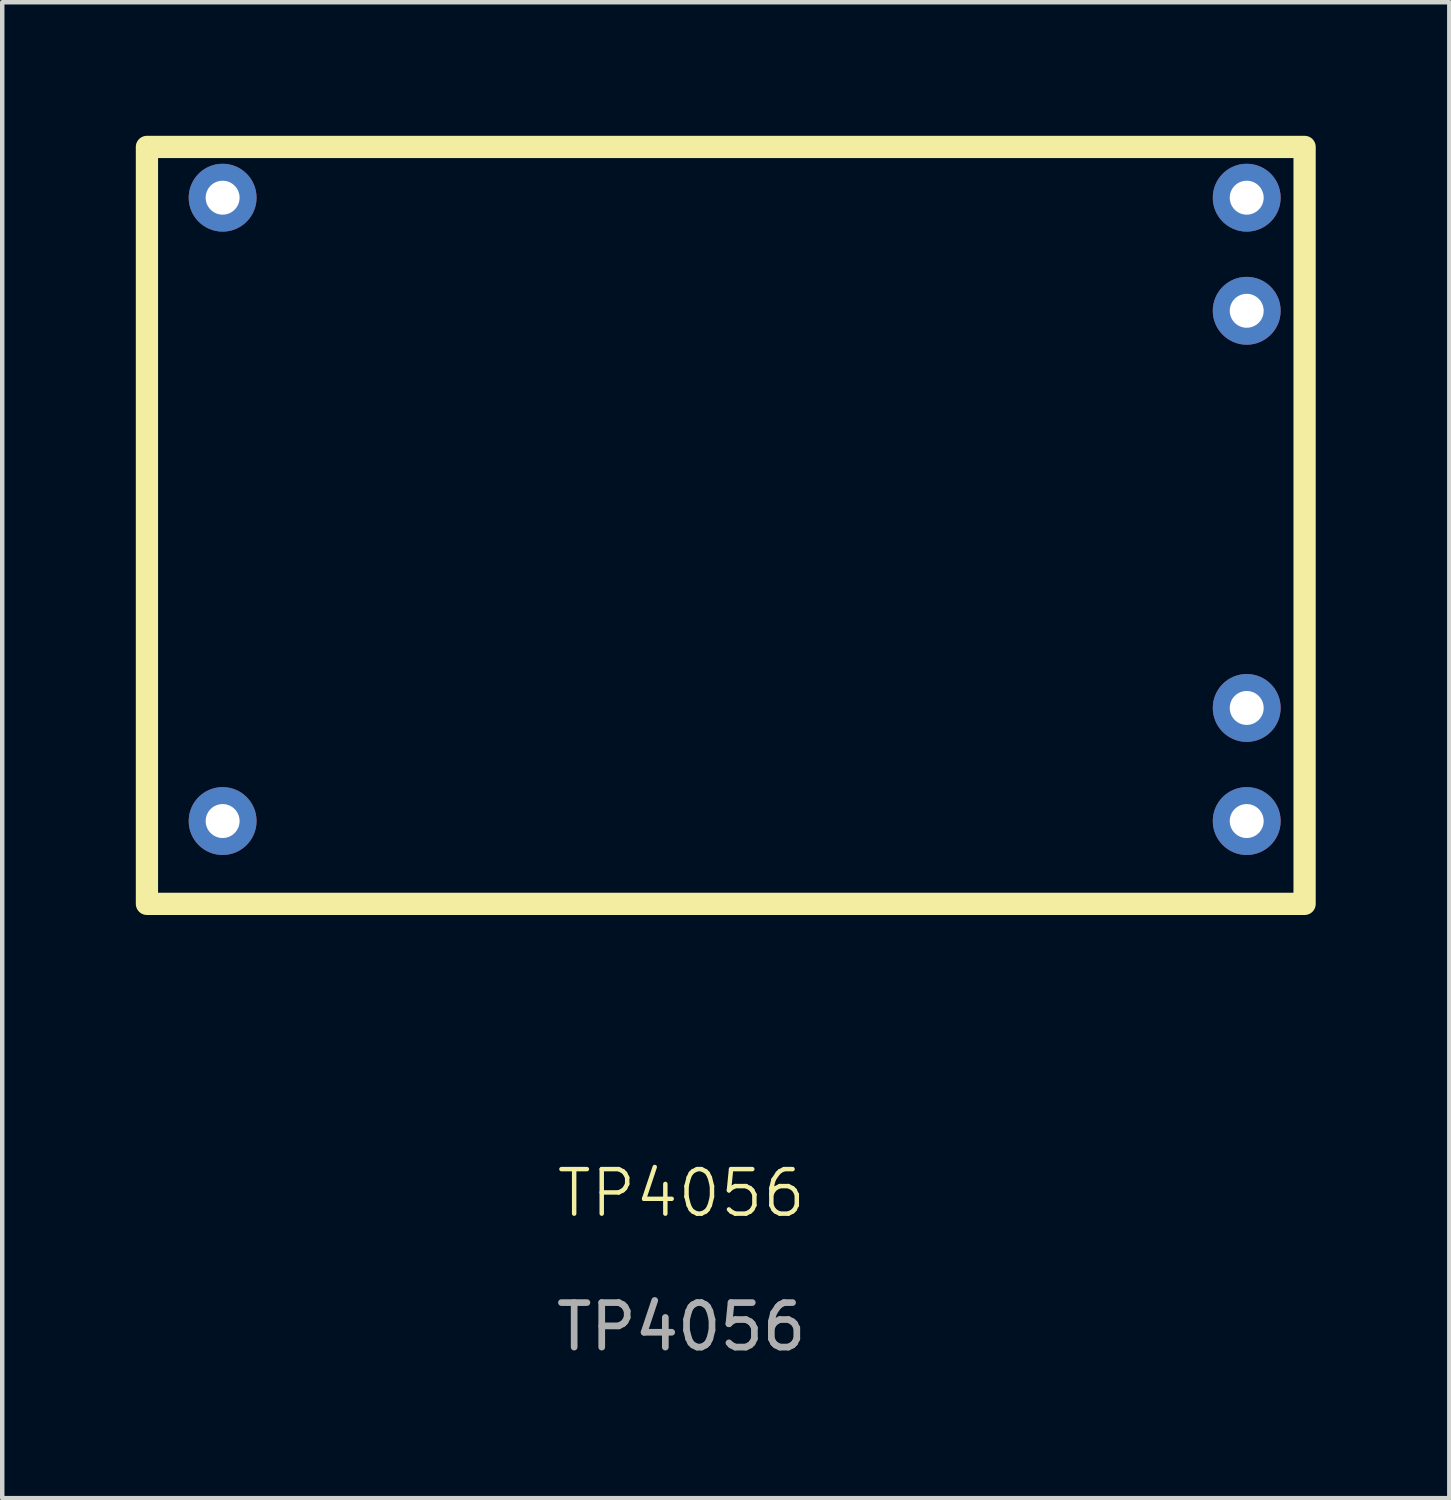
<source format=kicad_pcb>
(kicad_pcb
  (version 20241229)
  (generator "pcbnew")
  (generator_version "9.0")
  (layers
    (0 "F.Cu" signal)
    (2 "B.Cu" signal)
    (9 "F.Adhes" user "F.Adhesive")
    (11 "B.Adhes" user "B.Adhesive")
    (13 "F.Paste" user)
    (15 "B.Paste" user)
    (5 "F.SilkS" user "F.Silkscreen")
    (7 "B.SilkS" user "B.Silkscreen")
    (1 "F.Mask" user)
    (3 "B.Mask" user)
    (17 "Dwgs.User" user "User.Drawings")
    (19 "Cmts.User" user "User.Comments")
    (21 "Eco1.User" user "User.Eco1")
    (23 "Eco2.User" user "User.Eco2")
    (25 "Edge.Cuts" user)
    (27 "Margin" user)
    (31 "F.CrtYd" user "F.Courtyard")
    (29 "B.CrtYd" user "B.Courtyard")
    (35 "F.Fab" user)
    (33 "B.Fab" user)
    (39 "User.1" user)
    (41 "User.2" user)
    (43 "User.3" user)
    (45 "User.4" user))
  (footprint "TP4056"
    (layer "F.Cu")
    (at 12.25 24.25)
    (property "Reference" "TP4056" (at 0 -0.5 0) (unlocked yes) (layer "F.SilkS") (effects (font (size 1 1) (thickness 0.1))))
    (attr through_hole)
    (fp_rect (start -12 -24) (end 14 -7) (stroke (width 0.5) (type default)) (fill no) (layer "F.SilkS"))
    (fp_text user "${REFERENCE}" (at 0 2.5 0) (unlocked yes) (layer "F.Fab") (effects (font (size 1 1) (thickness 0.15))))
    (pad "1" thru_hole circle (at 12.7 -22.86) (size 1.524 1.524) (drill 0.762) (layers "*.Cu" "*.Mask"))
    (pad "2" thru_hole circle (at 12.7 -20.32) (size 1.524 1.524) (drill 0.762) (layers "*.Cu" "*.Mask"))
    (pad "3" thru_hole circle (at 12.7 -11.4) (size 1.524 1.524) (drill 0.762) (layers "*.Cu" "*.Mask"))
    (pad "4" thru_hole circle (at 12.7 -8.86) (size 1.524 1.524) (drill 0.762) (layers "*.Cu" "*.Mask"))
    (pad "5" thru_hole circle (at -10.3 -22.86) (size 1.524 1.524) (drill 0.762) (layers "*.Cu" "*.Mask"))
    (pad "6" thru_hole circle (at -10.3 -8.86) (size 1.524 1.524) (drill 0.762) (layers "*.Cu" "*.Mask")))
  (gr_rect
    (start -3 -3)
    (end 29.5 30.598)
    (stroke (width 0.1) (type default))
    (fill no)
    (layer "Edge.Cuts")))
</source>
